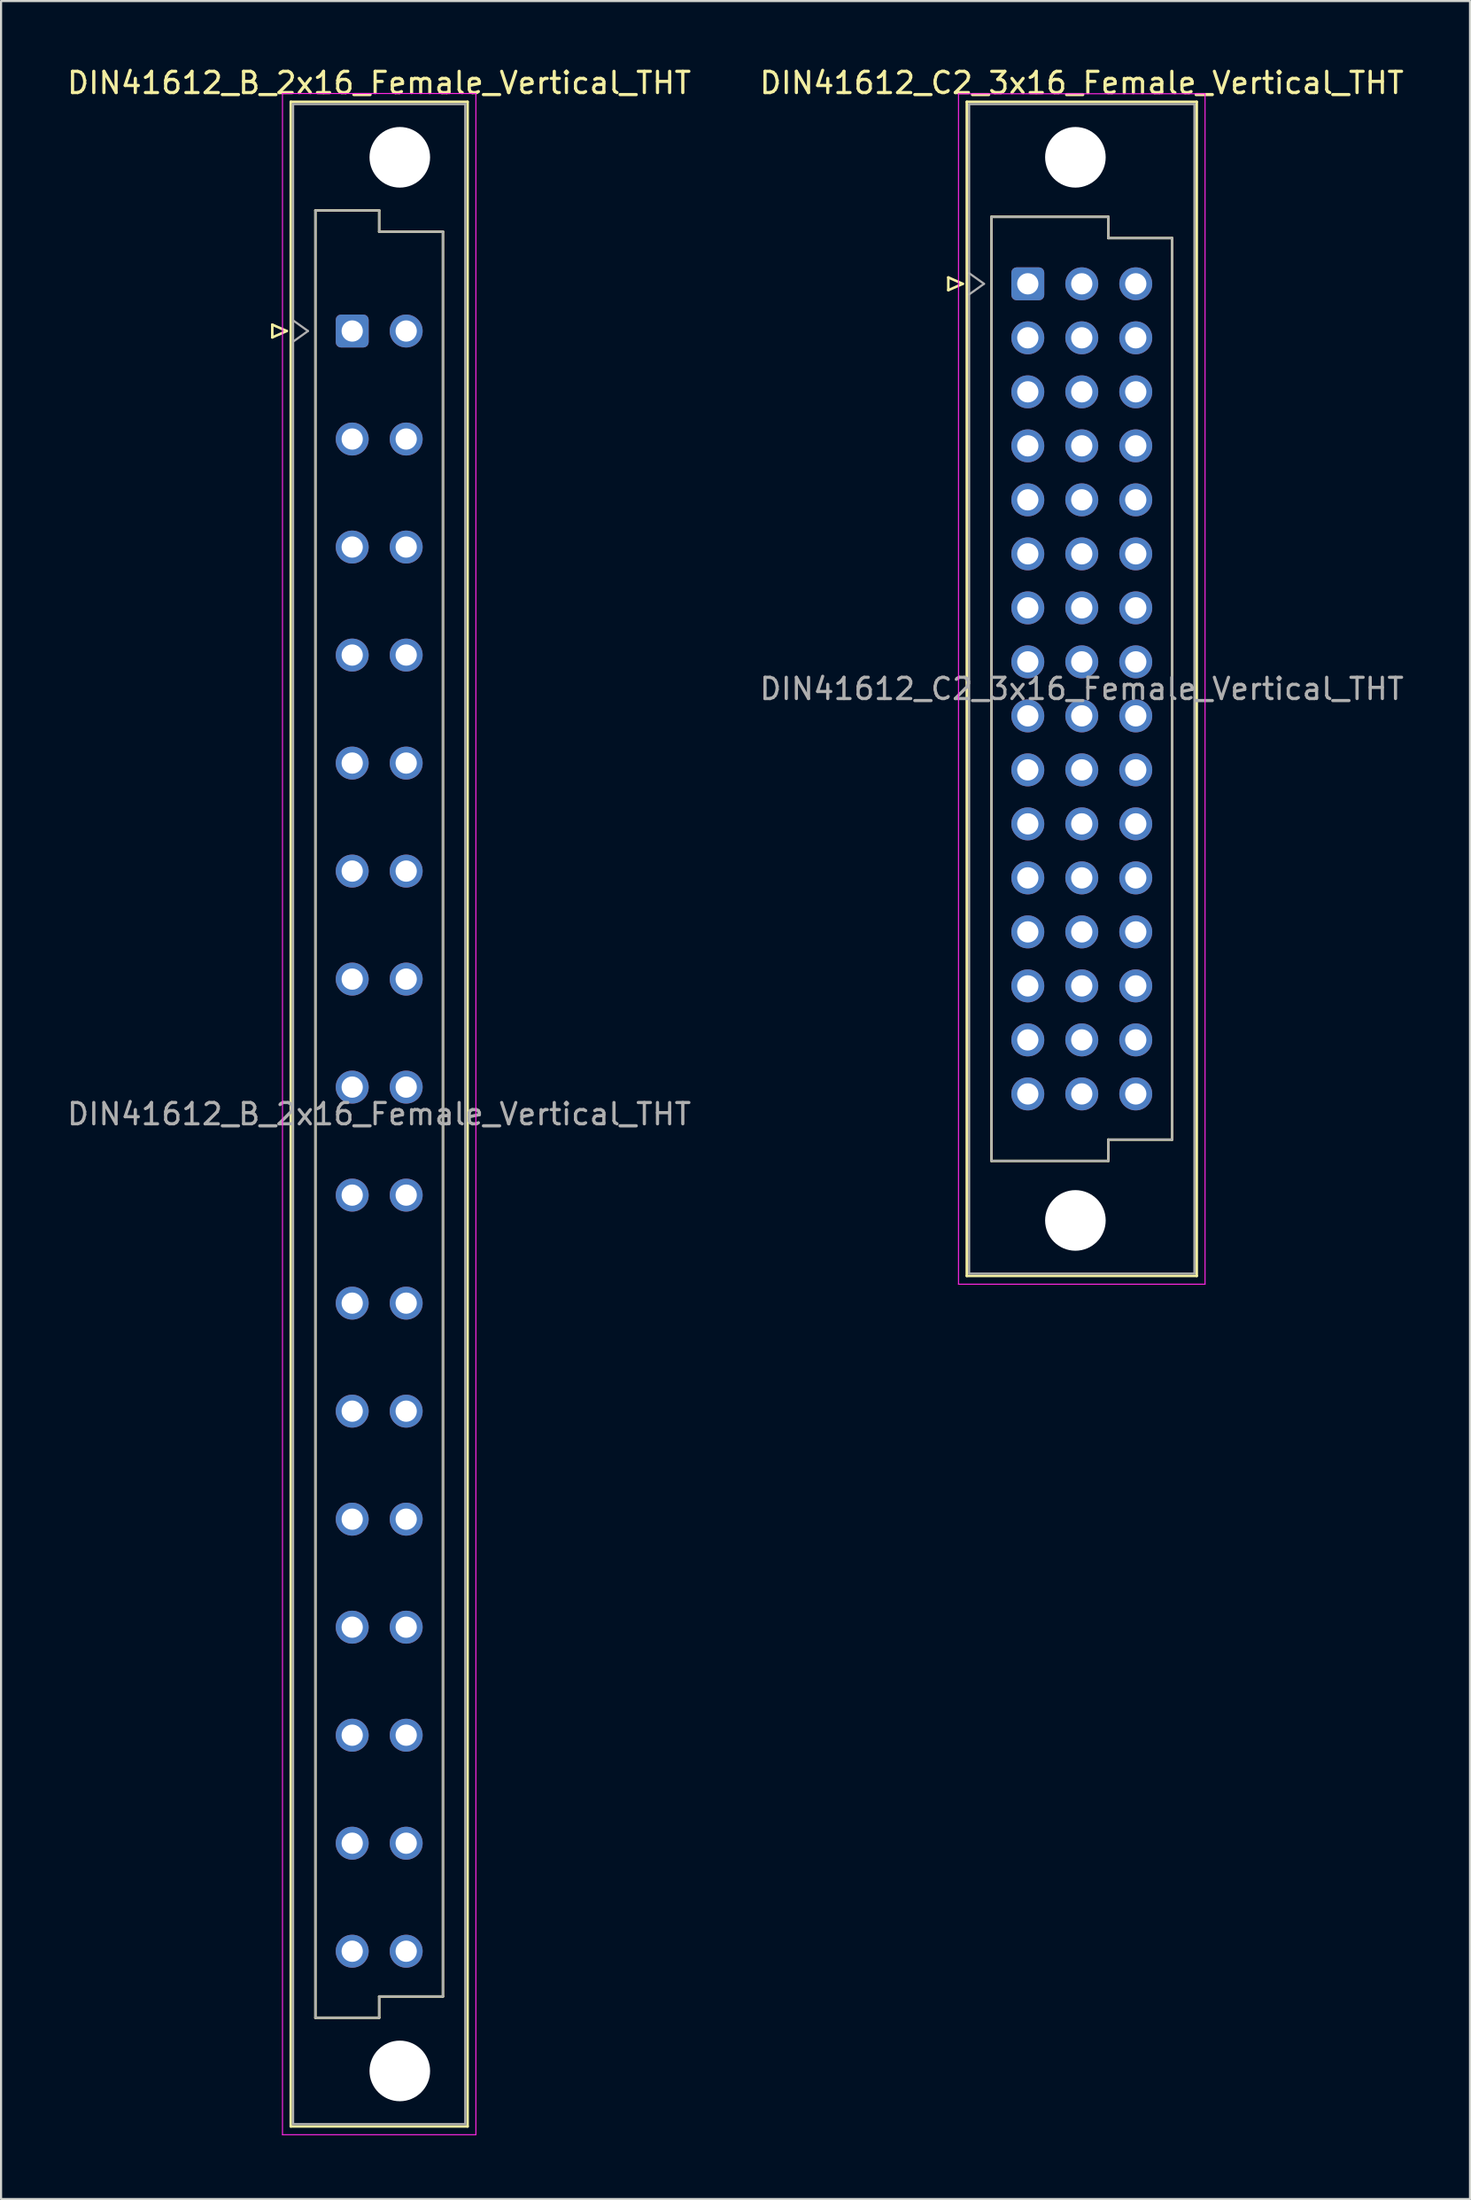
<source format=kicad_pcb>
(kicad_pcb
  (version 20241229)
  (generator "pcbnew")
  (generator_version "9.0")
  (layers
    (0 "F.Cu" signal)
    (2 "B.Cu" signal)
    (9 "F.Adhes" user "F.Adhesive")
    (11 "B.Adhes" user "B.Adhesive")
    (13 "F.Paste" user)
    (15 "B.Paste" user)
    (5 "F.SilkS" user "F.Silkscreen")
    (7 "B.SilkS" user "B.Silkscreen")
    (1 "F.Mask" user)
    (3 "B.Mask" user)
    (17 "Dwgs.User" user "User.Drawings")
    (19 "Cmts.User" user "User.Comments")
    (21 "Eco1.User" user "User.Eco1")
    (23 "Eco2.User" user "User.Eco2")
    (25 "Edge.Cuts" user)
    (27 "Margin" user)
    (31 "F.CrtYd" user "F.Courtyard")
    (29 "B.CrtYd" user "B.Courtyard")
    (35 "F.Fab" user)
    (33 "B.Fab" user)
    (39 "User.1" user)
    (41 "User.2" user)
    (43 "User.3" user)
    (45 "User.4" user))
  (footprint "DIN41612_B_2x16_Female_Vertical_THT"
    (layer "F.Cu")
    (at 13.522 9.978)
    (property "Reference" "DIN41612_B_2x16_Female_Vertical_THT" (at 1.27 -9.13 0) (layer "F.SilkS") (effects (font (size 1 1) (thickness 0.15))))
    (attr through_hole)
    (fp_line (start -3.76 2.24) (end -3.76 2.84) (stroke (width 0.12) (type solid)) (layer "F.SilkS"))
    (fp_line (start -3.76 2.84) (end -3.08 2.54) (stroke (width 0.12) (type solid)) (layer "F.SilkS"))
    (fp_line (start -3.08 2.54) (end -3.76 2.24) (stroke (width 0.12) (type solid)) (layer "F.SilkS"))
    (fp_line (start -2.89 -8.24) (end 5.43 -8.24) (stroke (width 0.12) (type solid)) (layer "F.SilkS"))
    (fp_line (start -2.89 86.98) (end -2.89 -8.24) (stroke (width 0.12) (type solid)) (layer "F.SilkS"))
    (fp_line (start -1.73 -3.131) (end 1.27 -3.131) (stroke (width 0.12) (type solid)) (layer "F.SilkS"))
    (fp_line (start -1.73 81.87) (end -1.73 -3.131) (stroke (width 0.12) (type solid)) (layer "F.SilkS"))
    (fp_line (start 1.27 -3.131) (end 1.27 -2.131) (stroke (width 0.12) (type solid)) (layer "F.SilkS"))
    (fp_line (start 1.27 -2.131) (end 4.27 -2.131) (stroke (width 0.12) (type solid)) (layer "F.SilkS"))
    (fp_line (start 1.27 80.87) (end 1.27 81.87) (stroke (width 0.12) (type solid)) (layer "F.SilkS"))
    (fp_line (start 1.27 81.87) (end -1.73 81.87) (stroke (width 0.12) (type solid)) (layer "F.SilkS"))
    (fp_line (start 4.27 -2.131) (end 4.27 80.87) (stroke (width 0.12) (type solid)) (layer "F.SilkS"))
    (fp_line (start 4.27 80.87) (end 1.27 80.87) (stroke (width 0.12) (type solid)) (layer "F.SilkS"))
    (fp_line (start 5.43 -8.24) (end 5.43 86.98) (stroke (width 0.12) (type solid)) (layer "F.SilkS"))
    (fp_line (start 5.43 86.98) (end -2.89 86.98) (stroke (width 0.12) (type solid)) (layer "F.SilkS"))
    (fp_line (start -3.28 -8.63) (end 5.82 -8.63) (stroke (width 0.05) (type solid)) (layer "F.CrtYd"))
    (fp_line (start -3.28 87.37) (end -3.28 -8.63) (stroke (width 0.05) (type solid)) (layer "F.CrtYd"))
    (fp_line (start 5.82 -8.63) (end 5.82 87.37) (stroke (width 0.05) (type solid)) (layer "F.CrtYd"))
    (fp_line (start 5.82 87.37) (end -3.28 87.37) (stroke (width 0.05) (type solid)) (layer "F.CrtYd"))
    (fp_line (start -2.78 -8.13) (end 5.32 -8.13) (stroke (width 0.1) (type solid)) (layer "F.Fab"))
    (fp_line (start -2.78 2.04) (end -2.08 2.54) (stroke (width 0.1) (type solid)) (layer "F.Fab"))
    (fp_line (start -2.78 86.87) (end -2.78 -8.13) (stroke (width 0.1) (type solid)) (layer "F.Fab"))
    (fp_line (start -2.08 2.54) (end -2.78 3.04) (stroke (width 0.1) (type solid)) (layer "F.Fab"))
    (fp_line (start -1.73 -3.13) (end 1.27 -3.13) (stroke (width 0.1) (type solid)) (layer "F.Fab"))
    (fp_line (start -1.73 81.87) (end -1.73 -3.13) (stroke (width 0.1) (type solid)) (layer "F.Fab"))
    (fp_line (start 1.27 -3.13) (end 1.27 -2.13) (stroke (width 0.1) (type solid)) (layer "F.Fab"))
    (fp_line (start 1.27 -2.13) (end 4.27 -2.13) (stroke (width 0.1) (type solid)) (layer "F.Fab"))
    (fp_line (start 1.27 80.87) (end 1.27 81.87) (stroke (width 0.1) (type solid)) (layer "F.Fab"))
    (fp_line (start 1.27 81.87) (end -1.73 81.87) (stroke (width 0.1) (type solid)) (layer "F.Fab"))
    (fp_line (start 4.27 -2.13) (end 4.27 80.87) (stroke (width 0.1) (type solid)) (layer "F.Fab"))
    (fp_line (start 4.27 80.87) (end 1.27 80.87) (stroke (width 0.1) (type solid)) (layer "F.Fab"))
    (fp_line (start 5.32 -8.13) (end 5.32 86.87) (stroke (width 0.1) (type solid)) (layer "F.Fab"))
    (fp_line (start 5.32 86.87) (end -2.78 86.87) (stroke (width 0.1) (type solid)) (layer "F.Fab"))
    (fp_text user "${REFERENCE}" (at 1.27 39.37 0) (layer "F.Fab") (effects (font (size 1 1) (thickness 0.15))))
    (pad "" np_thru_hole circle (at 2.24 -5.63) (size 2.85 2.85) (drill 2.85) (layers "*.Cu" "*.Mask"))
    (pad "" np_thru_hole circle (at 2.24 84.37) (size 2.85 2.85) (drill 2.85) (layers "*.Cu" "*.Mask"))
    (pad "a2" thru_hole roundrect (at 0 2.54) (size 1.55 1.55) (drill 1) (layers "*.Cu" "*.Mask") (roundrect_rratio 0.161))
    (pad "a4" thru_hole circle (at 0 7.62) (size 1.55 1.55) (drill 1) (layers "*.Cu" "*.Mask"))
    (pad "a6" thru_hole circle (at 0 12.7) (size 1.55 1.55) (drill 1) (layers "*.Cu" "*.Mask"))
    (pad "a8" thru_hole circle (at 0 17.78) (size 1.55 1.55) (drill 1) (layers "*.Cu" "*.Mask"))
    (pad "a10" thru_hole circle (at 0 22.86) (size 1.55 1.55) (drill 1) (layers "*.Cu" "*.Mask"))
    (pad "a12" thru_hole circle (at 0 27.94) (size 1.55 1.55) (drill 1) (layers "*.Cu" "*.Mask"))
    (pad "a14" thru_hole circle (at 0 33.02) (size 1.55 1.55) (drill 1) (layers "*.Cu" "*.Mask"))
    (pad "a16" thru_hole circle (at 0 38.1) (size 1.55 1.55) (drill 1) (layers "*.Cu" "*.Mask"))
    (pad "a18" thru_hole circle (at 0 43.18) (size 1.55 1.55) (drill 1) (layers "*.Cu" "*.Mask"))
    (pad "a20" thru_hole circle (at 0 48.26) (size 1.55 1.55) (drill 1) (layers "*.Cu" "*.Mask"))
    (pad "a22" thru_hole circle (at 0 53.34) (size 1.55 1.55) (drill 1) (layers "*.Cu" "*.Mask"))
    (pad "a24" thru_hole circle (at 0 58.42) (size 1.55 1.55) (drill 1) (layers "*.Cu" "*.Mask"))
    (pad "a26" thru_hole circle (at 0 63.5) (size 1.55 1.55) (drill 1) (layers "*.Cu" "*.Mask"))
    (pad "a28" thru_hole circle (at 0 68.58) (size 1.55 1.55) (drill 1) (layers "*.Cu" "*.Mask"))
    (pad "a30" thru_hole circle (at 0 73.66) (size 1.55 1.55) (drill 1) (layers "*.Cu" "*.Mask"))
    (pad "a32" thru_hole circle (at 0 78.74) (size 1.55 1.55) (drill 1) (layers "*.Cu" "*.Mask"))
    (pad "b2" thru_hole circle (at 2.54 2.54) (size 1.55 1.55) (drill 1) (layers "*.Cu" "*.Mask"))
    (pad "b4" thru_hole circle (at 2.54 7.62) (size 1.55 1.55) (drill 1) (layers "*.Cu" "*.Mask"))
    (pad "b6" thru_hole circle (at 2.54 12.7) (size 1.55 1.55) (drill 1) (layers "*.Cu" "*.Mask"))
    (pad "b8" thru_hole circle (at 2.54 17.78) (size 1.55 1.55) (drill 1) (layers "*.Cu" "*.Mask"))
    (pad "b10" thru_hole circle (at 2.54 22.86) (size 1.55 1.55) (drill 1) (layers "*.Cu" "*.Mask"))
    (pad "b12" thru_hole circle (at 2.54 27.94) (size 1.55 1.55) (drill 1) (layers "*.Cu" "*.Mask"))
    (pad "b14" thru_hole circle (at 2.54 33.02) (size 1.55 1.55) (drill 1) (layers "*.Cu" "*.Mask"))
    (pad "b16" thru_hole circle (at 2.54 38.1) (size 1.55 1.55) (drill 1) (layers "*.Cu" "*.Mask"))
    (pad "b18" thru_hole circle (at 2.54 43.18) (size 1.55 1.55) (drill 1) (layers "*.Cu" "*.Mask"))
    (pad "b20" thru_hole circle (at 2.54 48.26) (size 1.55 1.55) (drill 1) (layers "*.Cu" "*.Mask"))
    (pad "b22" thru_hole circle (at 2.54 53.34) (size 1.55 1.55) (drill 1) (layers "*.Cu" "*.Mask"))
    (pad "b24" thru_hole circle (at 2.54 58.42) (size 1.55 1.55) (drill 1) (layers "*.Cu" "*.Mask"))
    (pad "b26" thru_hole circle (at 2.54 63.5) (size 1.55 1.55) (drill 1) (layers "*.Cu" "*.Mask"))
    (pad "b28" thru_hole circle (at 2.54 68.58) (size 1.55 1.55) (drill 1) (layers "*.Cu" "*.Mask"))
    (pad "b30" thru_hole circle (at 2.54 73.66) (size 1.55 1.55) (drill 1) (layers "*.Cu" "*.Mask"))
    (pad "b32" thru_hole circle (at 2.54 78.74) (size 1.55 1.55) (drill 1) (layers "*.Cu" "*.Mask")))
  (footprint "DIN41612_C2_3x16_Female_Vertical_THT"
    (layer "F.Cu")
    (at 45.311 10.298)
    (property "Reference" "DIN41612_C2_3x16_Female_Vertical_THT" (at 2.54 -9.45 0) (layer "F.SilkS") (effects (font (size 1 1) (thickness 0.15))))
    (attr through_hole)
    (fp_line (start -3.74 -0.3) (end -3.74 0.3) (stroke (width 0.12) (type solid)) (layer "F.SilkS"))
    (fp_line (start -3.74 0.3) (end -3.06 0) (stroke (width 0.12) (type solid)) (layer "F.SilkS"))
    (fp_line (start -3.06 0) (end -3.74 -0.3) (stroke (width 0.12) (type solid)) (layer "F.SilkS"))
    (fp_line (start -2.87 -8.56) (end 7.95 -8.56) (stroke (width 0.12) (type solid)) (layer "F.SilkS"))
    (fp_line (start -2.87 46.66) (end -2.87 -8.56) (stroke (width 0.12) (type solid)) (layer "F.SilkS"))
    (fp_line (start -1.71 -3.15) (end 3.79 -3.15) (stroke (width 0.12) (type solid)) (layer "F.SilkS"))
    (fp_line (start -1.71 41.25) (end -1.71 -3.15) (stroke (width 0.12) (type solid)) (layer "F.SilkS"))
    (fp_line (start 3.79 -3.15) (end 3.79 -2.15) (stroke (width 0.12) (type solid)) (layer "F.SilkS"))
    (fp_line (start 3.79 -2.15) (end 6.79 -2.15) (stroke (width 0.12) (type solid)) (layer "F.SilkS"))
    (fp_line (start 3.79 40.25) (end 3.79 41.25) (stroke (width 0.12) (type solid)) (layer "F.SilkS"))
    (fp_line (start 3.79 41.25) (end -1.71 41.25) (stroke (width 0.12) (type solid)) (layer "F.SilkS"))
    (fp_line (start 6.79 -2.15) (end 6.79 40.25) (stroke (width 0.12) (type solid)) (layer "F.SilkS"))
    (fp_line (start 6.79 40.25) (end 3.79 40.25) (stroke (width 0.12) (type solid)) (layer "F.SilkS"))
    (fp_line (start 7.95 -8.56) (end 7.95 46.66) (stroke (width 0.12) (type solid)) (layer "F.SilkS"))
    (fp_line (start 7.95 46.66) (end -2.87 46.66) (stroke (width 0.12) (type solid)) (layer "F.SilkS"))
    (fp_line (start -3.26 -8.94) (end 8.34 -8.94) (stroke (width 0.05) (type solid)) (layer "F.CrtYd"))
    (fp_line (start -3.26 47.05) (end -3.26 -8.94) (stroke (width 0.05) (type solid)) (layer "F.CrtYd"))
    (fp_line (start 8.34 -8.94) (end 8.34 47.05) (stroke (width 0.05) (type solid)) (layer "F.CrtYd"))
    (fp_line (start 8.34 47.05) (end -3.26 47.05) (stroke (width 0.05) (type solid)) (layer "F.CrtYd"))
    (fp_line (start -2.76 -8.45) (end 7.84 -8.45) (stroke (width 0.1) (type solid)) (layer "F.Fab"))
    (fp_line (start -2.76 -0.5) (end -2.06 0) (stroke (width 0.1) (type solid)) (layer "F.Fab"))
    (fp_line (start -2.76 46.55) (end -2.76 -8.45) (stroke (width 0.1) (type solid)) (layer "F.Fab"))
    (fp_line (start -2.06 0) (end -2.76 0.5) (stroke (width 0.1) (type solid)) (layer "F.Fab"))
    (fp_line (start -1.71 -3.15) (end 3.79 -3.15) (stroke (width 0.1) (type solid)) (layer "F.Fab"))
    (fp_line (start -1.71 41.25) (end -1.71 -3.15) (stroke (width 0.1) (type solid)) (layer "F.Fab"))
    (fp_line (start 3.79 -3.15) (end 3.79 -2.15) (stroke (width 0.1) (type solid)) (layer "F.Fab"))
    (fp_line (start 3.79 -2.15) (end 6.79 -2.15) (stroke (width 0.1) (type solid)) (layer "F.Fab"))
    (fp_line (start 3.79 40.25) (end 3.79 41.25) (stroke (width 0.1) (type solid)) (layer "F.Fab"))
    (fp_line (start 3.79 41.25) (end -1.71 41.25) (stroke (width 0.1) (type solid)) (layer "F.Fab"))
    (fp_line (start 6.79 -2.15) (end 6.79 40.25) (stroke (width 0.1) (type solid)) (layer "F.Fab"))
    (fp_line (start 6.79 40.25) (end 3.79 40.25) (stroke (width 0.1) (type solid)) (layer "F.Fab"))
    (fp_line (start 7.84 -8.45) (end 7.84 46.55) (stroke (width 0.1) (type solid)) (layer "F.Fab"))
    (fp_line (start 7.84 46.55) (end -2.76 46.55) (stroke (width 0.1) (type solid)) (layer "F.Fab"))
    (fp_text user "${REFERENCE}" (at 2.54 19.05 0) (layer "F.Fab") (effects (font (size 1 1) (thickness 0.15))))
    (pad "" np_thru_hole circle (at 2.24 -5.95) (size 2.85 2.85) (drill 2.85) (layers "*.Cu" "*.Mask"))
    (pad "" np_thru_hole circle (at 2.24 44.05) (size 2.85 2.85) (drill 2.85) (layers "*.Cu" "*.Mask"))
    (pad "a1" thru_hole roundrect (at 0 0) (size 1.55 1.55) (drill 1) (layers "*.Cu" "*.Mask") (roundrect_rratio 0.161))
    (pad "a2" thru_hole circle (at 0 2.54) (size 1.55 1.55) (drill 1) (layers "*.Cu" "*.Mask"))
    (pad "a3" thru_hole circle (at 0 5.08) (size 1.55 1.55) (drill 1) (layers "*.Cu" "*.Mask"))
    (pad "a4" thru_hole circle (at 0 7.62) (size 1.55 1.55) (drill 1) (layers "*.Cu" "*.Mask"))
    (pad "a5" thru_hole circle (at 0 10.16) (size 1.55 1.55) (drill 1) (layers "*.Cu" "*.Mask"))
    (pad "a6" thru_hole circle (at 0 12.7) (size 1.55 1.55) (drill 1) (layers "*.Cu" "*.Mask"))
    (pad "a7" thru_hole circle (at 0 15.24) (size 1.55 1.55) (drill 1) (layers "*.Cu" "*.Mask"))
    (pad "a8" thru_hole circle (at 0 17.78) (size 1.55 1.55) (drill 1) (layers "*.Cu" "*.Mask"))
    (pad "a9" thru_hole circle (at 0 20.32) (size 1.55 1.55) (drill 1) (layers "*.Cu" "*.Mask"))
    (pad "a10" thru_hole circle (at 0 22.86) (size 1.55 1.55) (drill 1) (layers "*.Cu" "*.Mask"))
    (pad "a11" thru_hole circle (at 0 25.4) (size 1.55 1.55) (drill 1) (layers "*.Cu" "*.Mask"))
    (pad "a12" thru_hole circle (at 0 27.94) (size 1.55 1.55) (drill 1) (layers "*.Cu" "*.Mask"))
    (pad "a13" thru_hole circle (at 0 30.48) (size 1.55 1.55) (drill 1) (layers "*.Cu" "*.Mask"))
    (pad "a14" thru_hole circle (at 0 33.02) (size 1.55 1.55) (drill 1) (layers "*.Cu" "*.Mask"))
    (pad "a15" thru_hole circle (at 0 35.56) (size 1.55 1.55) (drill 1) (layers "*.Cu" "*.Mask"))
    (pad "a16" thru_hole circle (at 0 38.1) (size 1.55 1.55) (drill 1) (layers "*.Cu" "*.Mask"))
    (pad "b1" thru_hole circle (at 2.54 0) (size 1.55 1.55) (drill 1) (layers "*.Cu" "*.Mask"))
    (pad "b2" thru_hole circle (at 2.54 2.54) (size 1.55 1.55) (drill 1) (layers "*.Cu" "*.Mask"))
    (pad "b3" thru_hole circle (at 2.54 5.08) (size 1.55 1.55) (drill 1) (layers "*.Cu" "*.Mask"))
    (pad "b4" thru_hole circle (at 2.54 7.62) (size 1.55 1.55) (drill 1) (layers "*.Cu" "*.Mask"))
    (pad "b5" thru_hole circle (at 2.54 10.16) (size 1.55 1.55) (drill 1) (layers "*.Cu" "*.Mask"))
    (pad "b6" thru_hole circle (at 2.54 12.7) (size 1.55 1.55) (drill 1) (layers "*.Cu" "*.Mask"))
    (pad "b7" thru_hole circle (at 2.54 15.24) (size 1.55 1.55) (drill 1) (layers "*.Cu" "*.Mask"))
    (pad "b8" thru_hole circle (at 2.54 17.78) (size 1.55 1.55) (drill 1) (layers "*.Cu" "*.Mask"))
    (pad "b9" thru_hole circle (at 2.54 20.32) (size 1.55 1.55) (drill 1) (layers "*.Cu" "*.Mask"))
    (pad "b10" thru_hole circle (at 2.54 22.86) (size 1.55 1.55) (drill 1) (layers "*.Cu" "*.Mask"))
    (pad "b11" thru_hole circle (at 2.54 25.4) (size 1.55 1.55) (drill 1) (layers "*.Cu" "*.Mask"))
    (pad "b12" thru_hole circle (at 2.54 27.94) (size 1.55 1.55) (drill 1) (layers "*.Cu" "*.Mask"))
    (pad "b13" thru_hole circle (at 2.54 30.48) (size 1.55 1.55) (drill 1) (layers "*.Cu" "*.Mask"))
    (pad "b14" thru_hole circle (at 2.54 33.02) (size 1.55 1.55) (drill 1) (layers "*.Cu" "*.Mask"))
    (pad "b15" thru_hole circle (at 2.54 35.56) (size 1.55 1.55) (drill 1) (layers "*.Cu" "*.Mask"))
    (pad "b16" thru_hole circle (at 2.54 38.1) (size 1.55 1.55) (drill 1) (layers "*.Cu" "*.Mask"))
    (pad "c1" thru_hole circle (at 5.08 0) (size 1.55 1.55) (drill 1) (layers "*.Cu" "*.Mask"))
    (pad "c2" thru_hole circle (at 5.08 2.54) (size 1.55 1.55) (drill 1) (layers "*.Cu" "*.Mask"))
    (pad "c3" thru_hole circle (at 5.08 5.08) (size 1.55 1.55) (drill 1) (layers "*.Cu" "*.Mask"))
    (pad "c4" thru_hole circle (at 5.08 7.62) (size 1.55 1.55) (drill 1) (layers "*.Cu" "*.Mask"))
    (pad "c5" thru_hole circle (at 5.08 10.16) (size 1.55 1.55) (drill 1) (layers "*.Cu" "*.Mask"))
    (pad "c6" thru_hole circle (at 5.08 12.7) (size 1.55 1.55) (drill 1) (layers "*.Cu" "*.Mask"))
    (pad "c7" thru_hole circle (at 5.08 15.24) (size 1.55 1.55) (drill 1) (layers "*.Cu" "*.Mask"))
    (pad "c8" thru_hole circle (at 5.08 17.78) (size 1.55 1.55) (drill 1) (layers "*.Cu" "*.Mask"))
    (pad "c9" thru_hole circle (at 5.08 20.32) (size 1.55 1.55) (drill 1) (layers "*.Cu" "*.Mask"))
    (pad "c10" thru_hole circle (at 5.08 22.86) (size 1.55 1.55) (drill 1) (layers "*.Cu" "*.Mask"))
    (pad "c11" thru_hole circle (at 5.08 25.4) (size 1.55 1.55) (drill 1) (layers "*.Cu" "*.Mask"))
    (pad "c12" thru_hole circle (at 5.08 27.94) (size 1.55 1.55) (drill 1) (layers "*.Cu" "*.Mask"))
    (pad "c13" thru_hole circle (at 5.08 30.48) (size 1.55 1.55) (drill 1) (layers "*.Cu" "*.Mask"))
    (pad "c14" thru_hole circle (at 5.08 33.02) (size 1.55 1.55) (drill 1) (layers "*.Cu" "*.Mask"))
    (pad "c15" thru_hole circle (at 5.08 35.56) (size 1.55 1.55) (drill 1) (layers "*.Cu" "*.Mask"))
    (pad "c16" thru_hole circle (at 5.08 38.1) (size 1.55 1.55) (drill 1) (layers "*.Cu" "*.Mask")))
  (gr_rect
    (start -3 -3)
    (end 66.119 100.373)
    (stroke (width 0.1) (type default))
    (fill no)
    (layer "Edge.Cuts")))
</source>
